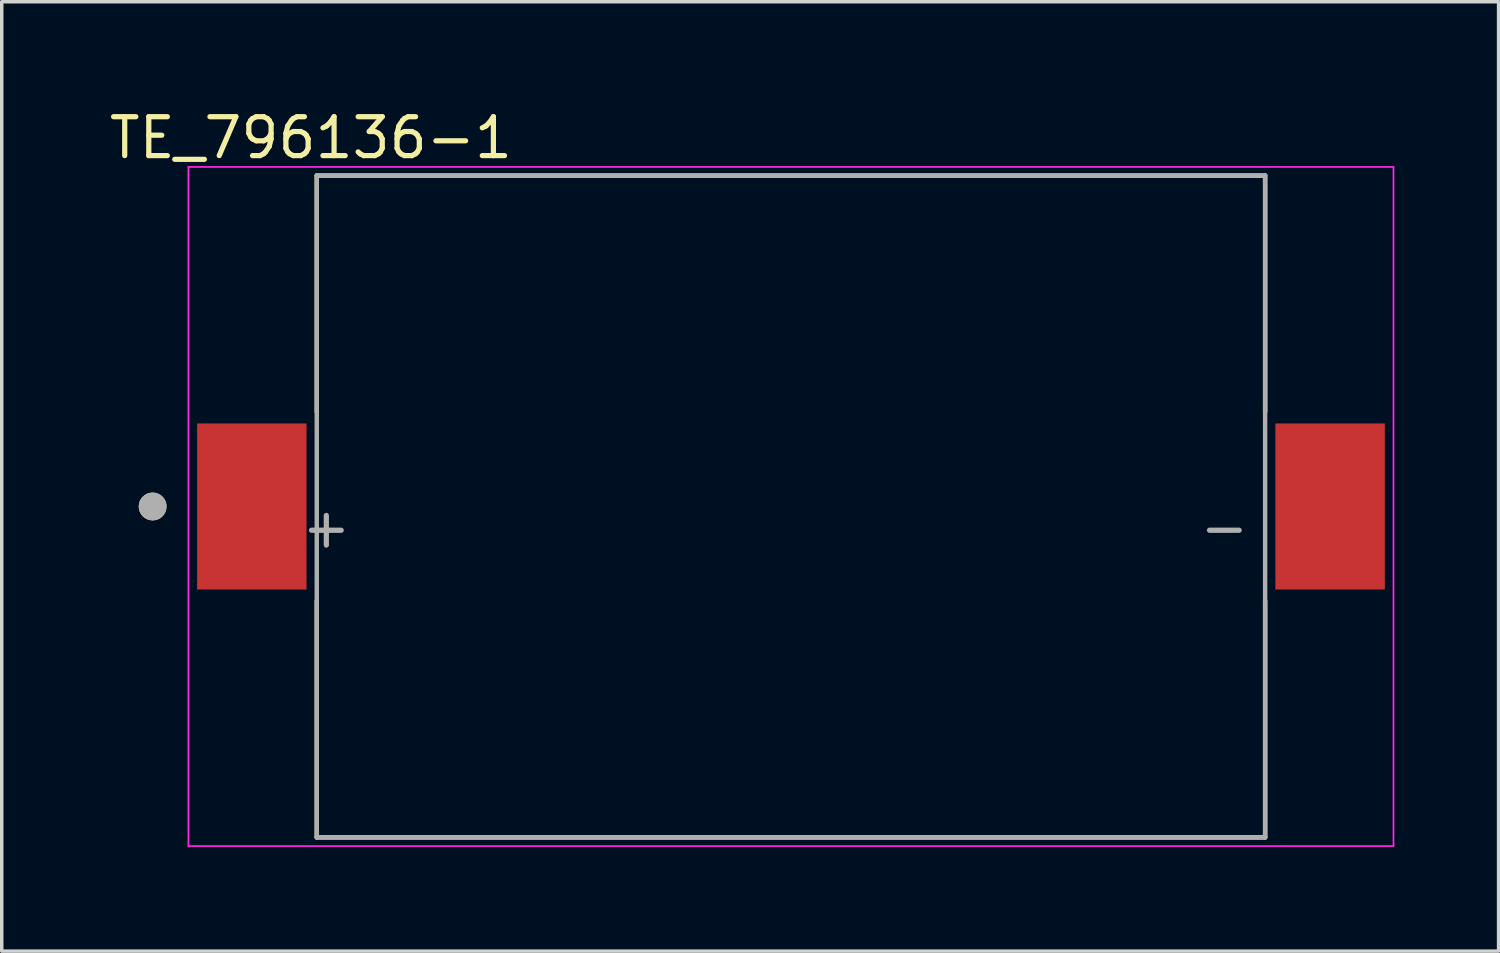
<source format=kicad_pcb>
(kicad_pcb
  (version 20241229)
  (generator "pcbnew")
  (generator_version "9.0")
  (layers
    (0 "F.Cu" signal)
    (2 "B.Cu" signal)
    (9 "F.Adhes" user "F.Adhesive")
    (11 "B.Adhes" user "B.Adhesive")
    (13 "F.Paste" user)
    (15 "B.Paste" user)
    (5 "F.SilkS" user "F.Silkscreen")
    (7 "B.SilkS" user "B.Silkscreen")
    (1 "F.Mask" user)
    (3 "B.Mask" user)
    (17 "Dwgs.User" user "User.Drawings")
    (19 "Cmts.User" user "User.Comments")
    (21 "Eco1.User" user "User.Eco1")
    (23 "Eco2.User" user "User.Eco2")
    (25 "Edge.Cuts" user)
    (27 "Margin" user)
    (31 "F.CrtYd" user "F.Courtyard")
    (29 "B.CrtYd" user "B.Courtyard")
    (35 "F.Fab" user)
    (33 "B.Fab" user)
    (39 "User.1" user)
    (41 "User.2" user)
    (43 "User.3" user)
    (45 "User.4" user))
  (footprint "TE_796136-1"
    (layer "F.Cu")
    (at 19.719 11.53)
    (property "Reference" "TE_796136-1" (at -13.819 -10.611 0) (layer "F.SilkS") (effects (font (size 1.12 1.12) (thickness 0.15))))
    (attr smd)
    (fp_line (start -13.65 -9.525) (end 13.65 -9.525) (stroke (width 0.127) (type solid)) (layer "F.SilkS"))
    (fp_line (start -13.65 -2.72) (end -13.65 -9.525) (stroke (width 0.127) (type solid)) (layer "F.SilkS"))
    (fp_line (start -13.65 9.525) (end -13.65 2.72) (stroke (width 0.127) (type solid)) (layer "F.SilkS"))
    (fp_line (start 13.65 -9.525) (end 13.65 -2.72) (stroke (width 0.127) (type solid)) (layer "F.SilkS"))
    (fp_line (start 13.65 2.72) (end 13.65 9.525) (stroke (width 0.127) (type solid)) (layer "F.SilkS"))
    (fp_line (start 13.65 9.525) (end -13.65 9.525) (stroke (width 0.127) (type solid)) (layer "F.SilkS"))
    (fp_circle (center -18.375 0) (end -18.175 0) (stroke (width 0.4) (type solid)) (fill no) (layer "F.SilkS"))
    (fp_line (start -17.345 -9.775) (end 17.345 -9.775) (stroke (width 0.05) (type solid)) (layer "F.CrtYd"))
    (fp_line (start -17.345 9.775) (end -17.345 -9.775) (stroke (width 0.05) (type solid)) (layer "F.CrtYd"))
    (fp_line (start 17.345 -9.775) (end 17.345 9.775) (stroke (width 0.05) (type solid)) (layer "F.CrtYd"))
    (fp_line (start 17.345 9.775) (end -17.345 9.775) (stroke (width 0.05) (type solid)) (layer "F.CrtYd"))
    (fp_line (start -13.65 -9.525) (end 13.65 -9.525) (stroke (width 0.127) (type solid)) (layer "F.Fab"))
    (fp_line (start -13.65 9.525) (end -13.65 -9.525) (stroke (width 0.127) (type solid)) (layer "F.Fab"))
    (fp_line (start 13.65 -9.525) (end 13.65 9.525) (stroke (width 0.127) (type solid)) (layer "F.Fab"))
    (fp_line (start 13.65 9.525) (end -13.65 9.525) (stroke (width 0.127) (type solid)) (layer "F.Fab"))
    (fp_circle (center -18.375 0) (end -18.175 0) (stroke (width 0.4) (type solid)) (fill no) (layer "F.Fab"))
    (fp_text user "-" (at 12.475 0.6 0) (layer "F.Fab") (effects (font (size 1.12 1.12) (thickness 0.15))))
    (fp_text user "+" (at -13.375 0.6 0) (layer "F.Fab") (effects (font (size 1.12 1.12) (thickness 0.15))))
    (pad "1" smd rect (at -15.52 0) (size 3.15 4.78) (layers "F.Cu" "F.Mask" "F.Paste"))
    (pad "2" smd rect (at 15.52 0) (size 3.15 4.78) (layers "F.Cu" "F.Mask" "F.Paste")))
  (gr_rect
    (start -3 -3)
    (end 40.089 24.33)
    (stroke (width 0.1) (type default))
    (fill no)
    (layer "Edge.Cuts")))
</source>
